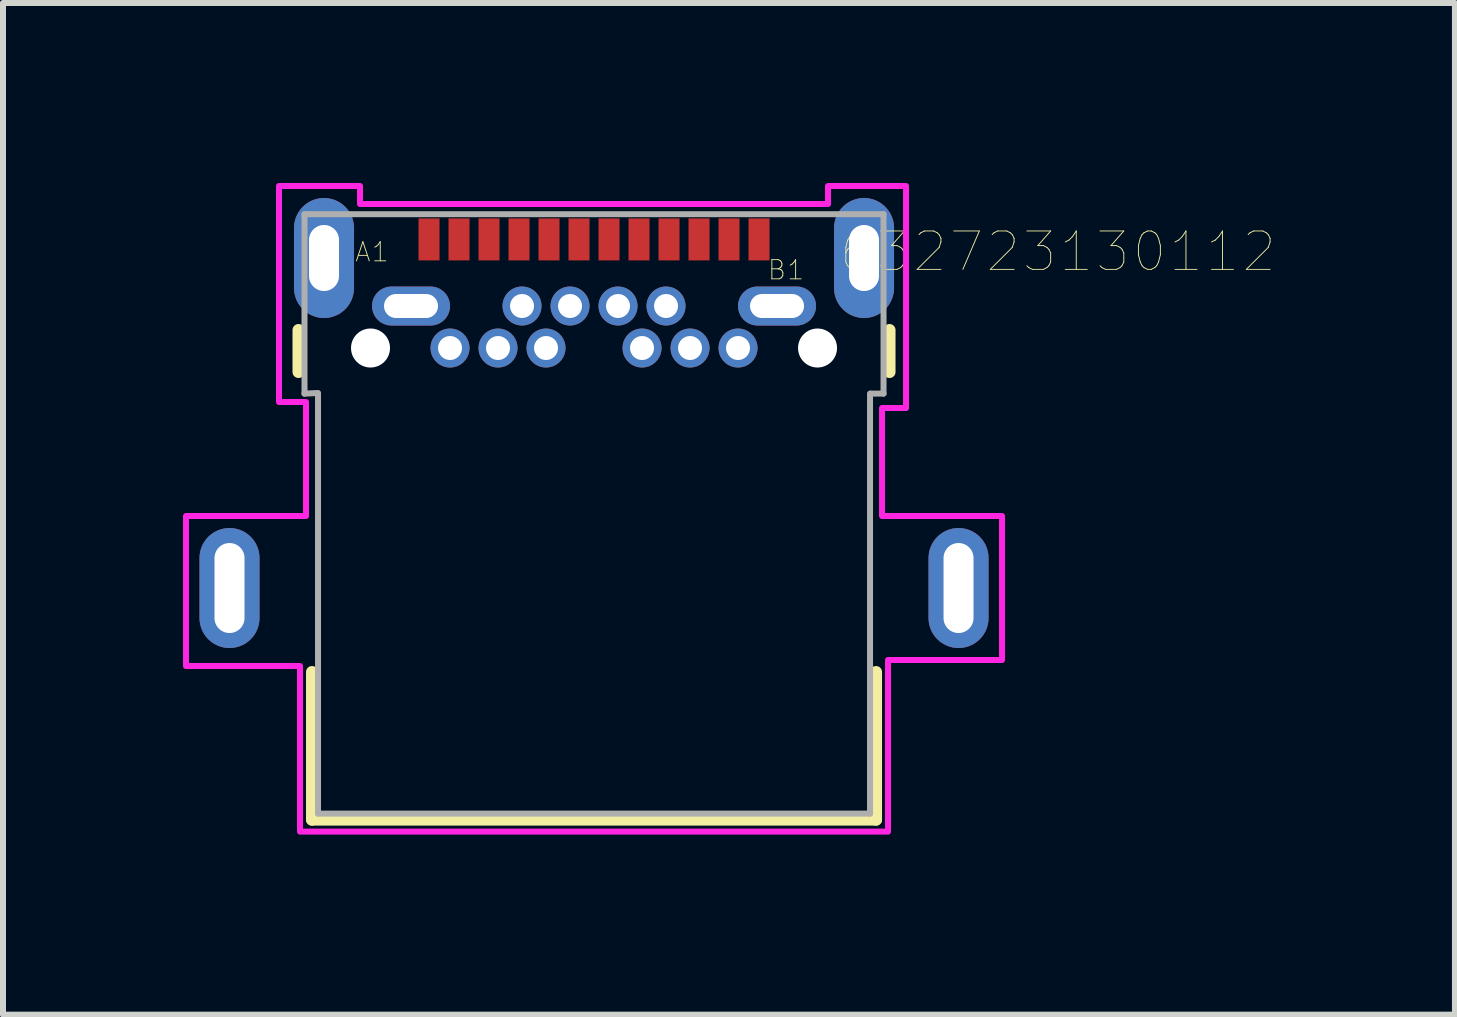
<source format=kicad_pcb>
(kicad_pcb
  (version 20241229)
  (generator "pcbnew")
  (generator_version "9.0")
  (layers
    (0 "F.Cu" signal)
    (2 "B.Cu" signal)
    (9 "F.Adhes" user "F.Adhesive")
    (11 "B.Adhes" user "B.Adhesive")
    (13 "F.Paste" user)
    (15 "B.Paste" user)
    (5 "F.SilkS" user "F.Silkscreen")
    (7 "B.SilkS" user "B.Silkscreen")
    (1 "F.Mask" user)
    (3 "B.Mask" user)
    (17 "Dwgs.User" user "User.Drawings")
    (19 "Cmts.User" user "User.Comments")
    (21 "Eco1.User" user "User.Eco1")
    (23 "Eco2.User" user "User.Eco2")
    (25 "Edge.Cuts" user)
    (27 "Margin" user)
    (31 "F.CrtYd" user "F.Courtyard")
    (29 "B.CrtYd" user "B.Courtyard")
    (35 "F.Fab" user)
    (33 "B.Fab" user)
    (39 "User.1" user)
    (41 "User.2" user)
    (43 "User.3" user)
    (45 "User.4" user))
  (footprint "632723130112"
    (layer "F.Cu")
    (at 6.85 5.515)
    (property "Reference" "632723130112" (at 7.732 -4.371 0) (layer "F.SilkS") (effects (font (size 0.64 0.64) (thickness 0.015))))
    (attr through_hole)
    (fp_line (start -4.925 -3.065) (end -4.925 -2.365) (stroke (width 0.2) (type solid)) (layer "F.SilkS"))
    (fp_line (start -4.7 2.635) (end -4.7 5.095) (stroke (width 0.2) (type solid)) (layer "F.SilkS"))
    (fp_line (start -4.7 5.095) (end 4.7 5.095) (stroke (width 0.2) (type solid)) (layer "F.SilkS"))
    (fp_line (start 4.7 5.095) (end 4.7 2.635) (stroke (width 0.2) (type solid)) (layer "F.SilkS"))
    (fp_line (start 4.925 -2.365) (end 4.925 -3.065) (stroke (width 0.2) (type solid)) (layer "F.SilkS"))
    (fp_line (start -4.8 -2.215) (end 4.7 -2.215) (stroke (width 0.01) (type solid)) (layer "Eco2.User"))
    (fp_line (start -4.6 2.485) (end 4.6 2.485) (stroke (width 0.01) (type solid)) (layer "Eco2.User"))
    (fp_line (start 0.3 -2.165) (end 0.1 -1.965) (stroke (width 0.1) (type solid)) (layer "Eco2.User"))
    (fp_line (start 0.3 -2.165) (end 0.3 -1.465) (stroke (width 0.1) (type solid)) (layer "Eco2.User"))
    (fp_line (start 0.3 -2.165) (end 0.5 -1.965) (stroke (width 0.1) (type solid)) (layer "Eco2.User"))
    (fp_line (start 3.56 -3.09) (end 3.91 -3.09) (stroke (width 0.01) (type solid)) (layer "Eco2.User"))
    (fp_line (start 3.88 -2.44) (end 3.55 -2.44) (stroke (width 0.01) (type solid)) (layer "Eco2.User"))
    (fp_arc (start -4.6 -1.715) (mid -4.95 -1.865) (end -4.8 -2.215) (stroke (width 0.01) (type solid)) (layer "Eco2.User"))
    (fp_arc (start 3.57 -2.445) (mid 3.245 -2.77) (end 3.57 -3.095) (stroke (width 0.01) (type solid)) (layer "Eco2.User"))
    (fp_arc (start 3.88 -3.095) (mid 4.205 -2.77) (end 3.88 -2.445) (stroke (width 0.01) (type solid)) (layer "Eco2.User"))
    (fp_arc (start 4.7 -2.215) (mid 4.9 -1.915) (end 4.6 -1.715) (stroke (width 0.01) (type solid)) (layer "Eco2.User"))
    (fp_poly (pts (xy -5.25 -5.465) (xy -3.9 -5.465) (xy -3.9 -5.165) (xy 3.9 -5.165) (xy 3.9 -5.465) (xy 5.2 -5.465) (xy 5.2 -1.765) (xy 4.8 -1.765) (xy 4.8 0.035) (xy 6.8 0.035) (xy 6.8 2.435) (xy 4.9 2.435) (xy 4.9 5.295) (xy -4.9 5.295) (xy -4.9 2.535) (xy -6.8 2.535) (xy -6.8 0.035) (xy -4.8 0.035) (xy -4.8 -1.865) (xy -5.25 -1.865)) (stroke (width 0.1) (type solid)) (fill no) (layer "F.CrtYd"))
    (fp_line (start -4.825 -4.995) (end -4.825 -2.005) (stroke (width 0.1) (type solid)) (layer "F.Fab"))
    (fp_line (start -4.825 -4.995) (end 4.825 -4.995) (stroke (width 0.1) (type solid)) (layer "F.Fab"))
    (fp_line (start -4.6 -2.015) (end -4.825 -2.005) (stroke (width 0.1) (type solid)) (layer "F.Fab"))
    (fp_line (start -4.6 4.995) (end -4.6 -2.005) (stroke (width 0.1) (type solid)) (layer "F.Fab"))
    (fp_line (start 4.6 -2.005) (end 4.6 4.995) (stroke (width 0.1) (type solid)) (layer "F.Fab"))
    (fp_line (start 4.6 4.995) (end -4.6 4.995) (stroke (width 0.1) (type solid)) (layer "F.Fab"))
    (fp_line (start 4.825 -4.995) (end 4.825 -2.005) (stroke (width 0.1) (type solid)) (layer "F.Fab"))
    (fp_line (start 4.825 -2.005) (end 4.61 -2.005) (stroke (width 0.1) (type solid)) (layer "F.Fab"))
    (fp_text user "A1" (at -3.7 -4.365 0) (layer "F.SilkS") (effects (font (size 0.32 0.32) (thickness 0.015))))
    (fp_text user "B1" (at 3.2 -4.065 0) (layer "F.SilkS") (effects (font (size 0.32 0.32) (thickness 0.015))))
    (fp_text user "PCB~{Cutout}Area" (at -3.36 -0.525 0) (layer "Eco2.User") (effects (font (size 0.48 0.48) (thickness 0.015))))
    (fp_text user "PCB~{cut~out}Area" (at 3.44 -2.625 0) (layer "Eco2.User") (effects (font (size 0.1 0.1) (thickness 0.015))))
    (pad "" np_thru_hole circle (at -3.725 -2.765) (size 0.65 0.65) (drill 0.65) (layers "*.Cu" "*.Mask"))
    (pad "" np_thru_hole circle (at 3.725 -2.765) (size 0.65 0.65) (drill 0.65) (layers "*.Cu" "*.Mask"))
    (pad "A1" smd rect (at -2.75 -4.575) (size 0.35 0.7) (layers "F.Cu" "F.Mask" "F.Paste"))
    (pad "A2" smd rect (at -2.25 -4.575) (size 0.35 0.7) (layers "F.Cu" "F.Mask" "F.Paste"))
    (pad "A3" smd rect (at -1.75 -4.575) (size 0.35 0.7) (layers "F.Cu" "F.Mask" "F.Paste"))
    (pad "A4" smd rect (at -1.25 -4.575) (size 0.35 0.7) (layers "F.Cu" "F.Mask" "F.Paste"))
    (pad "A5" smd rect (at -0.75 -4.575) (size 0.35 0.7) (layers "F.Cu" "F.Mask" "F.Paste"))
    (pad "A6" smd rect (at -0.25 -4.575) (size 0.35 0.7) (layers "F.Cu" "F.Mask" "F.Paste"))
    (pad "A7" smd rect (at 0.25 -4.575) (size 0.35 0.7) (layers "F.Cu" "F.Mask" "F.Paste"))
    (pad "A8" smd rect (at 0.75 -4.575) (size 0.35 0.7) (layers "F.Cu" "F.Mask" "F.Paste"))
    (pad "A9" smd rect (at 1.25 -4.575) (size 0.35 0.7) (layers "F.Cu" "F.Mask" "F.Paste"))
    (pad "A10" smd rect (at 1.75 -4.575) (size 0.35 0.7) (layers "F.Cu" "F.Mask" "F.Paste"))
    (pad "A11" smd rect (at 2.25 -4.575) (size 0.35 0.7) (layers "F.Cu" "F.Mask" "F.Paste"))
    (pad "A12" smd rect (at 2.75 -4.575) (size 0.35 0.7) (layers "F.Cu" "F.Mask" "F.Paste"))
    (pad "B1" thru_hole oval (at 3.05 -3.465) (size 1.3 0.65) (drill oval 0.9 0.4) (layers "*.Cu" "*.Mask"))
    (pad "B2" thru_hole circle (at 2.4 -2.765) (size 0.65 0.65) (drill 0.4) (layers "*.Cu" "*.Mask"))
    (pad "B3" thru_hole circle (at 1.6 -2.765) (size 0.65 0.65) (drill 0.4) (layers "*.Cu" "*.Mask"))
    (pad "B4" thru_hole circle (at 1.2 -3.465) (size 0.65 0.65) (drill 0.4) (layers "*.Cu" "*.Mask"))
    (pad "B5" thru_hole circle (at 0.8 -2.765) (size 0.65 0.65) (drill 0.4) (layers "*.Cu" "*.Mask"))
    (pad "B6" thru_hole circle (at 0.4 -3.465) (size 0.65 0.65) (drill 0.4) (layers "*.Cu" "*.Mask"))
    (pad "B7" thru_hole circle (at -0.4 -3.465) (size 0.65 0.65) (drill 0.4) (layers "*.Cu" "*.Mask"))
    (pad "B8" thru_hole circle (at -0.8 -2.765) (size 0.65 0.65) (drill 0.4) (layers "*.Cu" "*.Mask"))
    (pad "B9" thru_hole circle (at -1.2 -3.465) (size 0.65 0.65) (drill 0.4) (layers "*.Cu" "*.Mask"))
    (pad "B10" thru_hole circle (at -1.6 -2.765) (size 0.65 0.65) (drill 0.4) (layers "*.Cu" "*.Mask"))
    (pad "B11" thru_hole circle (at -2.4 -2.765) (size 0.65 0.65) (drill 0.4) (layers "*.Cu" "*.Mask"))
    (pad "B12" thru_hole oval (at -3.05 -3.465) (size 1.3 0.65) (drill oval 0.9 0.4) (layers "*.Cu" "*.Mask"))
    (pad "S1" thru_hole oval (at -4.5 -4.265) (size 1 2) (drill oval 0.5 1.1) (layers "*.Cu" "*.Mask"))
    (pad "S2" thru_hole oval (at 4.5 -4.265) (size 1 2) (drill oval 0.5 1.1) (layers "*.Cu" "*.Mask"))
    (pad "S3" thru_hole oval (at -6.075 1.235) (size 1 2) (drill oval 0.5 1.5) (layers "*.Cu" "*.Mask"))
    (pad "S4" thru_hole oval (at 6.075 1.235) (size 1 2) (drill oval 0.5 1.5) (layers "*.Cu" "*.Mask")))
  (gr_rect
    (start -3 -3)
    (end 21.198 13.86)
    (stroke (width 0.1) (type default))
    (fill no)
    (layer "Edge.Cuts")))
</source>
